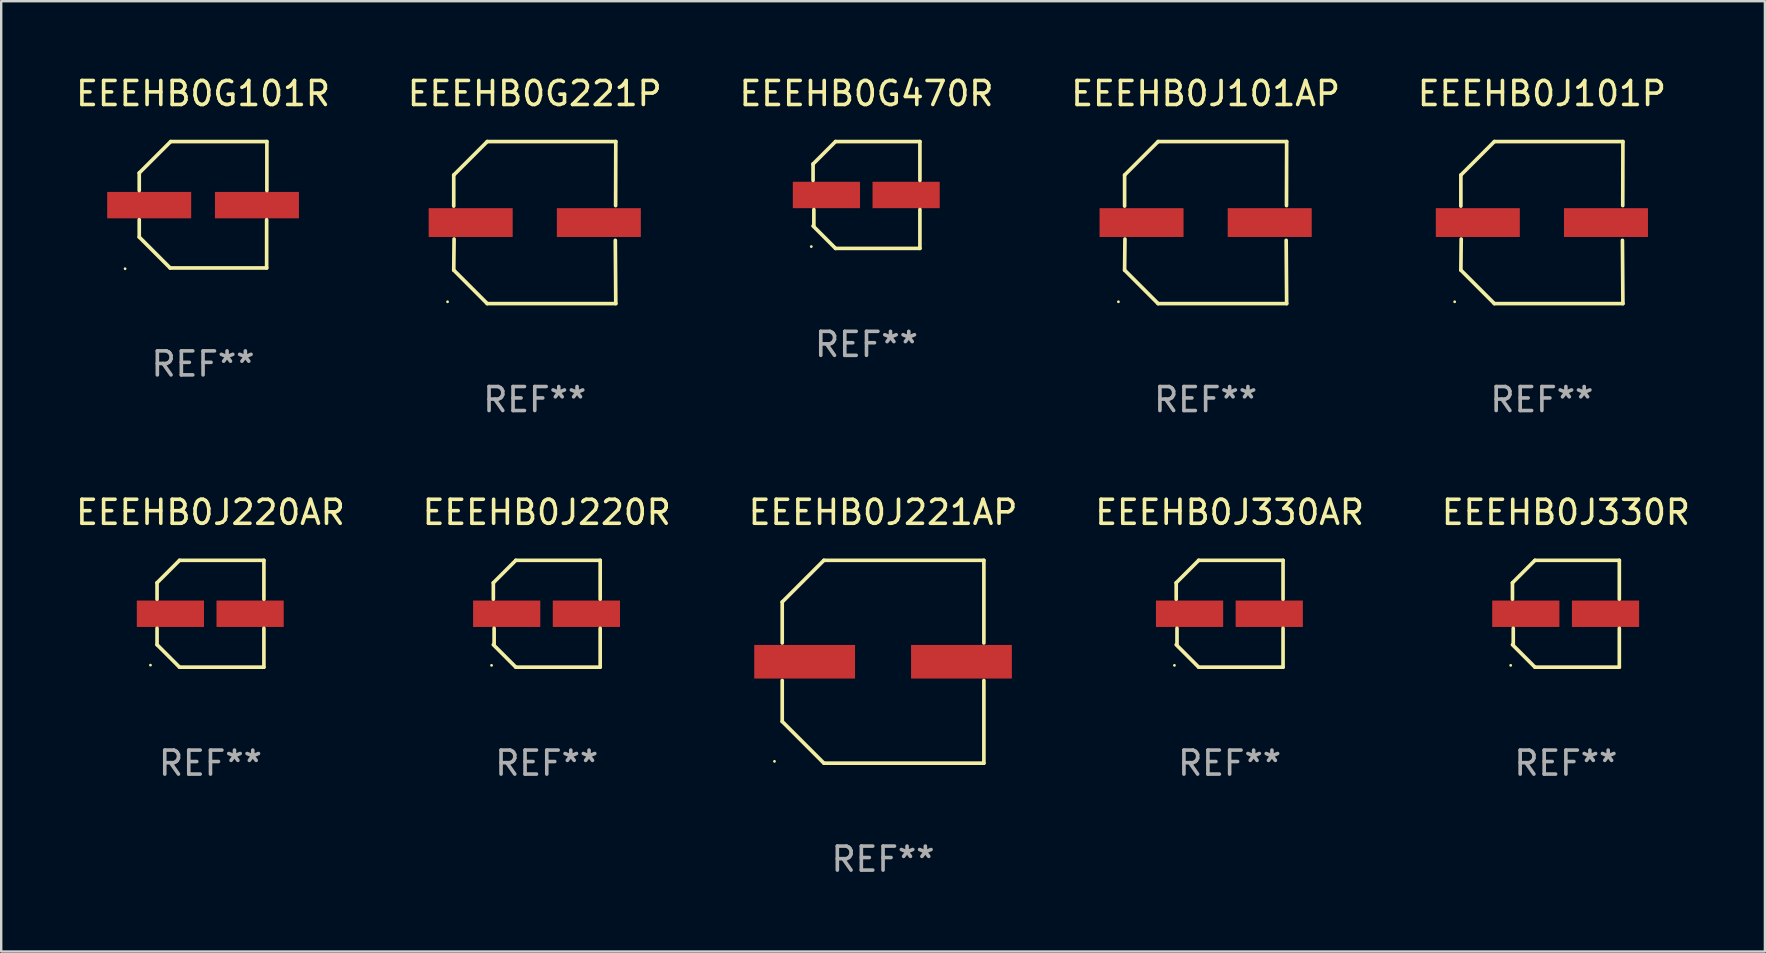
<source format=kicad_pcb>
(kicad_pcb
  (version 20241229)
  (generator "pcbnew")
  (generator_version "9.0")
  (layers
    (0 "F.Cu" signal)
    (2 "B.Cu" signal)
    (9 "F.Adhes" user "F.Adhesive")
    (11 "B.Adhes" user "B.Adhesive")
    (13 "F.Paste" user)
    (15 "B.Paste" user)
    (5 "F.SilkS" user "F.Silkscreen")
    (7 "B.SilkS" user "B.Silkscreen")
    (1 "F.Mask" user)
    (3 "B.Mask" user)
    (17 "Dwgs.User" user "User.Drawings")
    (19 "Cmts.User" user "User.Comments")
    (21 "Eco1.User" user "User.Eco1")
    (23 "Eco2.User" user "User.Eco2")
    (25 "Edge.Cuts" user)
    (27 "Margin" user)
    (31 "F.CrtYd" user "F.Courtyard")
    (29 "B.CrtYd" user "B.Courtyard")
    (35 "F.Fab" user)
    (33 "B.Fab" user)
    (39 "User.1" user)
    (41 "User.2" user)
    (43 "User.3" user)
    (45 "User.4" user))
  (footprint "EEEHB0J330R"
    (layer "F.Cu")
    (at 62.196 22.523)
    (property "Reference" "EEEHB0J330R" (at 0 -4.226 0) (layer "F.SilkS") (effects (font (size 1 1) (thickness 0.15))))
    (attr through_hole)
    (fp_line (start -2.226 -1.29) (end -2.226 -0.607) (stroke (width 0.152) (type solid)) (layer "F.SilkS"))
    (fp_line (start -2.193 1.29) (end -2.193 0.607) (stroke (width 0.152) (type solid)) (layer "F.SilkS"))
    (fp_line (start -1.29 2.226) (end -2.226 1.29) (stroke (width 0.152) (type solid)) (layer "F.SilkS"))
    (fp_line (start -1.29 -2.226) (end -2.226 -1.29) (stroke (width 0.152) (type solid)) (layer "F.SilkS"))
    (fp_line (start 2.226 -2.226) (end -1.29 -2.226) (stroke (width 0.152) (type solid)) (layer "F.SilkS"))
    (fp_line (start 2.226 -0.607) (end 2.226 -2.226) (stroke (width 0.152) (type solid)) (layer "F.SilkS"))
    (fp_line (start 2.226 0.607) (end 2.226 2.226) (stroke (width 0.152) (type solid)) (layer "F.SilkS"))
    (fp_line (start 2.226 2.226) (end -1.29 2.226) (stroke (width 0.152) (type solid)) (layer "F.SilkS"))
    (fp_circle (center -2.3 2.15) (end -2.27 2.15) (stroke (width 0.06) (type solid)) (fill no) (layer "F.SilkS"))
    (fp_text user "REF**" (at 0 6.226 0) (layer "F.Fab") (effects (font (size 1 1) (thickness 0.15))))
    (pad "1" smd rect (at -1.67 -0.000025) (size 2.8 1.1) (layers "F.Cu" "F.Mask" "F.Paste"))
    (pad "2" smd rect (at 1.651 -0.000025) (size 2.8 1.1) (layers "F.Cu" "F.Mask" "F.Paste")))
  (footprint "EEEHB0J101P"
    (layer "F.Cu")
    (at 61.196 6.224)
    (property "Reference" "EEEHB0J101P" (at 0 -5.376 0) (layer "F.SilkS") (effects (font (size 1 1) (thickness 0.15))))
    (attr through_hole)
    (fp_line (start -3.376 -1.98) (end -3.376 -0.686) (stroke (width 0.152) (type solid)) (layer "F.SilkS"))
    (fp_line (start -3.376 1.981) (end -3.362 0.686) (stroke (width 0.152) (type solid)) (layer "F.SilkS"))
    (fp_line (start -1.981 3.376) (end -3.376 1.981) (stroke (width 0.152) (type solid)) (layer "F.SilkS"))
    (fp_line (start -1.98 -3.376) (end -3.376 -1.98) (stroke (width 0.152) (type solid)) (layer "F.SilkS"))
    (fp_line (start 3.356 0.74) (end 3.376 3.376) (stroke (width 0.152) (type solid)) (layer "F.SilkS"))
    (fp_line (start 3.369 -0.707) (end 3.376 -3.376) (stroke (width 0.152) (type solid)) (layer "F.SilkS"))
    (fp_line (start 3.376 3.376) (end -1.981 3.376) (stroke (width 0.152) (type solid)) (layer "F.SilkS"))
    (fp_line (start 3.376 -3.376) (end -1.98 -3.376) (stroke (width 0.152) (type solid)) (layer "F.SilkS"))
    (fp_circle (center -3.634 3.3) (end -3.604 3.3) (stroke (width 0.06) (type solid)) (fill no) (layer "F.SilkS"))
    (fp_text user "REF**" (at 0 7.376 0) (layer "F.Fab") (effects (font (size 1 1) (thickness 0.15))))
    (pad "1" smd rect (at -2.67 0.000254) (size 3.5 1.2) (layers "F.Cu" "F.Mask" "F.Paste"))
    (pad "2" smd rect (at 2.67 0.000254) (size 3.5 1.2) (layers "F.Cu" "F.Mask" "F.Paste")))
  (footprint "EEEHB0J330AR"
    (layer "F.Cu")
    (at 48.185 22.523)
    (property "Reference" "EEEHB0J330AR" (at 0 -4.226 0) (layer "F.SilkS") (effects (font (size 1 1) (thickness 0.15))))
    (attr through_hole)
    (fp_line (start -2.226 -1.29) (end -2.226 -0.607) (stroke (width 0.152) (type solid)) (layer "F.SilkS"))
    (fp_line (start -2.193 1.29) (end -2.193 0.607) (stroke (width 0.152) (type solid)) (layer "F.SilkS"))
    (fp_line (start -1.29 2.226) (end -2.226 1.29) (stroke (width 0.152) (type solid)) (layer "F.SilkS"))
    (fp_line (start -1.29 -2.226) (end -2.226 -1.29) (stroke (width 0.152) (type solid)) (layer "F.SilkS"))
    (fp_line (start 2.226 -2.226) (end -1.29 -2.226) (stroke (width 0.152) (type solid)) (layer "F.SilkS"))
    (fp_line (start 2.226 -0.607) (end 2.226 -2.226) (stroke (width 0.152) (type solid)) (layer "F.SilkS"))
    (fp_line (start 2.226 0.607) (end 2.226 2.226) (stroke (width 0.152) (type solid)) (layer "F.SilkS"))
    (fp_line (start 2.226 2.226) (end -1.29 2.226) (stroke (width 0.152) (type solid)) (layer "F.SilkS"))
    (fp_circle (center -2.3 2.15) (end -2.27 2.15) (stroke (width 0.06) (type solid)) (fill no) (layer "F.SilkS"))
    (fp_text user "REF**" (at 0 6.226 0) (layer "F.Fab") (effects (font (size 1 1) (thickness 0.15))))
    (pad "1" smd rect (at -1.67 -0.000025) (size 2.8 1.1) (layers "F.Cu" "F.Mask" "F.Paste"))
    (pad "2" smd rect (at 1.651 -0.000025) (size 2.8 1.1) (layers "F.Cu" "F.Mask" "F.Paste")))
  (footprint "EEEHB0J221AP"
    (layer "F.Cu")
    (at 33.744 24.523)
    (property "Reference" "EEEHB0J221AP" (at 0 -6.226 0) (layer "F.SilkS") (effects (font (size 1 1) (thickness 0.15))))
    (attr through_hole)
    (fp_line (start -4.201 -2.49) (end -4.201 -0.782) (stroke (width 0.152) (type solid)) (layer "F.SilkS"))
    (fp_line (start -4.201 2.49) (end -4.201 0.782) (stroke (width 0.152) (type solid)) (layer "F.SilkS"))
    (fp_line (start -2.465 -4.226) (end -4.201 -2.49) (stroke (width 0.152) (type solid)) (layer "F.SilkS"))
    (fp_line (start -2.465 4.226) (end -4.201 2.49) (stroke (width 0.152) (type solid)) (layer "F.SilkS"))
    (fp_line (start 4.201 -4.226) (end -2.465 -4.226) (stroke (width 0.152) (type solid)) (layer "F.SilkS"))
    (fp_line (start 4.201 -0.782) (end 4.201 -4.226) (stroke (width 0.152) (type solid)) (layer "F.SilkS"))
    (fp_line (start 4.201 0.782) (end 4.201 4.226) (stroke (width 0.152) (type solid)) (layer "F.SilkS"))
    (fp_line (start 4.201 4.226) (end -2.465 4.226) (stroke (width 0.152) (type solid)) (layer "F.SilkS"))
    (fp_circle (center -4.524 4.15) (end -4.494 4.15) (stroke (width 0.06) (type solid)) (fill no) (layer "F.SilkS"))
    (fp_text user "REF**" (at 0 8.226 0) (layer "F.Fab") (effects (font (size 1 1) (thickness 0.15))))
    (pad "1" smd rect (at -3.267 0) (size 4.2 1.4) (layers "F.Cu" "F.Mask" "F.Paste"))
    (pad "2" smd rect (at 3.267 0) (size 4.2 1.4) (layers "F.Cu" "F.Mask" "F.Paste")))
  (footprint "EEEHB0G470R"
    (layer "F.Cu")
    (at 33.054 5.074)
    (property "Reference" "EEEHB0G470R" (at 0 -4.226 0) (layer "F.SilkS") (effects (font (size 1 1) (thickness 0.15))))
    (attr through_hole)
    (fp_line (start -2.226 -1.29) (end -2.226 -0.607) (stroke (width 0.152) (type solid)) (layer "F.SilkS"))
    (fp_line (start -2.193 1.29) (end -2.193 0.607) (stroke (width 0.152) (type solid)) (layer "F.SilkS"))
    (fp_line (start -1.29 2.226) (end -2.226 1.29) (stroke (width 0.152) (type solid)) (layer "F.SilkS"))
    (fp_line (start -1.29 -2.226) (end -2.226 -1.29) (stroke (width 0.152) (type solid)) (layer "F.SilkS"))
    (fp_line (start 2.226 -2.226) (end -1.29 -2.226) (stroke (width 0.152) (type solid)) (layer "F.SilkS"))
    (fp_line (start 2.226 -0.607) (end 2.226 -2.226) (stroke (width 0.152) (type solid)) (layer "F.SilkS"))
    (fp_line (start 2.226 0.607) (end 2.226 2.226) (stroke (width 0.152) (type solid)) (layer "F.SilkS"))
    (fp_line (start 2.226 2.226) (end -1.29 2.226) (stroke (width 0.152) (type solid)) (layer "F.SilkS"))
    (fp_circle (center -2.3 2.15) (end -2.27 2.15) (stroke (width 0.06) (type solid)) (fill no) (layer "F.SilkS"))
    (fp_text user "REF**" (at 0 6.226 0) (layer "F.Fab") (effects (font (size 1 1) (thickness 0.15))))
    (pad "1" smd rect (at -1.67 -0.000025) (size 2.8 1.1) (layers "F.Cu" "F.Mask" "F.Paste"))
    (pad "2" smd rect (at 1.651 -0.000025) (size 2.8 1.1) (layers "F.Cu" "F.Mask" "F.Paste")))
  (footprint "EEEHB0G101R"
    (layer "F.Cu")
    (at 5.411 5.482)
    (property "Reference" "EEEHB0G101R" (at 0 -4.634 0) (layer "F.SilkS") (effects (font (size 1 1) (thickness 0.15))))
    (attr through_hole)
    (fp_line (start -2.659 -1.326) (end -2.659 -0.592) (stroke (width 0.152) (type solid)) (layer "F.SilkS"))
    (fp_line (start -2.659 1.346) (end -2.659 0.622) (stroke (width 0.152) (type solid)) (layer "F.SilkS"))
    (fp_line (start -1.372 2.634) (end -2.659 1.346) (stroke (width 0.152) (type solid)) (layer "F.SilkS"))
    (fp_line (start -1.349 -2.634) (end -2.659 -1.326) (stroke (width 0.152) (type solid)) (layer "F.SilkS"))
    (fp_line (start 2.649 0.622) (end 2.649 2.634) (stroke (width 0.152) (type solid)) (layer "F.SilkS"))
    (fp_line (start 2.649 2.634) (end -1.372 2.634) (stroke (width 0.152) (type solid)) (layer "F.SilkS"))
    (fp_line (start 2.659 -2.634) (end -1.349 -2.634) (stroke (width 0.152) (type solid)) (layer "F.SilkS"))
    (fp_line (start 2.659 -0.592) (end 2.659 -2.634) (stroke (width 0.152) (type solid)) (layer "F.SilkS"))
    (fp_circle (center -3.249 2.665) (end -3.219 2.665) (stroke (width 0.06) (type solid)) (fill no) (layer "F.SilkS"))
    (fp_text user "REF**" (at 0 6.634 0) (layer "F.Fab") (effects (font (size 1 1) (thickness 0.15))))
    (pad "1" smd rect (at -2.245 0.015) (size 3.5 1.1) (layers "F.Cu" "F.Mask" "F.Paste"))
    (pad "2" smd rect (at 2.245 0.015) (size 3.5 1.1) (layers "F.Cu" "F.Mask" "F.Paste")))
  (footprint "EEEHB0G221P"
    (layer "F.Cu")
    (at 19.232 6.224)
    (property "Reference" "EEEHB0G221P" (at 0 -5.376 0) (layer "F.SilkS") (effects (font (size 1 1) (thickness 0.15))))
    (attr through_hole)
    (fp_line (start -3.376 -1.98) (end -3.376 -0.686) (stroke (width 0.152) (type solid)) (layer "F.SilkS"))
    (fp_line (start -3.376 1.981) (end -3.362 0.686) (stroke (width 0.152) (type solid)) (layer "F.SilkS"))
    (fp_line (start -1.981 3.376) (end -3.376 1.981) (stroke (width 0.152) (type solid)) (layer "F.SilkS"))
    (fp_line (start -1.98 -3.376) (end -3.376 -1.98) (stroke (width 0.152) (type solid)) (layer "F.SilkS"))
    (fp_line (start 3.356 0.74) (end 3.376 3.376) (stroke (width 0.152) (type solid)) (layer "F.SilkS"))
    (fp_line (start 3.369 -0.707) (end 3.376 -3.376) (stroke (width 0.152) (type solid)) (layer "F.SilkS"))
    (fp_line (start 3.376 3.376) (end -1.981 3.376) (stroke (width 0.152) (type solid)) (layer "F.SilkS"))
    (fp_line (start 3.376 -3.376) (end -1.98 -3.376) (stroke (width 0.152) (type solid)) (layer "F.SilkS"))
    (fp_circle (center -3.634 3.3) (end -3.604 3.3) (stroke (width 0.06) (type solid)) (fill no) (layer "F.SilkS"))
    (fp_text user "REF**" (at 0 7.376 0) (layer "F.Fab") (effects (font (size 1 1) (thickness 0.15))))
    (pad "1" smd rect (at -2.67 0.000254) (size 3.5 1.2) (layers "F.Cu" "F.Mask" "F.Paste"))
    (pad "2" smd rect (at 2.67 0.000254) (size 3.5 1.2) (layers "F.Cu" "F.Mask" "F.Paste")))
  (footprint "EEEHB0J220R"
    (layer "F.Cu")
    (at 19.732 22.523)
    (property "Reference" "EEEHB0J220R" (at 0 -4.226 0) (layer "F.SilkS") (effects (font (size 1 1) (thickness 0.15))))
    (attr through_hole)
    (fp_line (start -2.226 -1.29) (end -2.226 -0.607) (stroke (width 0.152) (type solid)) (layer "F.SilkS"))
    (fp_line (start -2.193 1.29) (end -2.193 0.607) (stroke (width 0.152) (type solid)) (layer "F.SilkS"))
    (fp_line (start -1.29 2.226) (end -2.226 1.29) (stroke (width 0.152) (type solid)) (layer "F.SilkS"))
    (fp_line (start -1.29 -2.226) (end -2.226 -1.29) (stroke (width 0.152) (type solid)) (layer "F.SilkS"))
    (fp_line (start 2.226 -2.226) (end -1.29 -2.226) (stroke (width 0.152) (type solid)) (layer "F.SilkS"))
    (fp_line (start 2.226 -0.607) (end 2.226 -2.226) (stroke (width 0.152) (type solid)) (layer "F.SilkS"))
    (fp_line (start 2.226 0.607) (end 2.226 2.226) (stroke (width 0.152) (type solid)) (layer "F.SilkS"))
    (fp_line (start 2.226 2.226) (end -1.29 2.226) (stroke (width 0.152) (type solid)) (layer "F.SilkS"))
    (fp_circle (center -2.3 2.15) (end -2.27 2.15) (stroke (width 0.06) (type solid)) (fill no) (layer "F.SilkS"))
    (fp_text user "REF**" (at 0 6.226 0) (layer "F.Fab") (effects (font (size 1 1) (thickness 0.15))))
    (pad "1" smd rect (at -1.67 -0.000025) (size 2.8 1.1) (layers "F.Cu" "F.Mask" "F.Paste"))
    (pad "2" smd rect (at 1.651 -0.000025) (size 2.8 1.1) (layers "F.Cu" "F.Mask" "F.Paste")))
  (footprint "EEEHB0J101AP"
    (layer "F.Cu")
    (at 47.185 6.224)
    (property "Reference" "EEEHB0J101AP" (at 0 -5.376 0) (layer "F.SilkS") (effects (font (size 1 1) (thickness 0.15))))
    (attr through_hole)
    (fp_line (start -3.376 -1.98) (end -3.376 -0.686) (stroke (width 0.152) (type solid)) (layer "F.SilkS"))
    (fp_line (start -3.376 1.981) (end -3.362 0.686) (stroke (width 0.152) (type solid)) (layer "F.SilkS"))
    (fp_line (start -1.981 3.376) (end -3.376 1.981) (stroke (width 0.152) (type solid)) (layer "F.SilkS"))
    (fp_line (start -1.98 -3.376) (end -3.376 -1.98) (stroke (width 0.152) (type solid)) (layer "F.SilkS"))
    (fp_line (start 3.356 0.74) (end 3.376 3.376) (stroke (width 0.152) (type solid)) (layer "F.SilkS"))
    (fp_line (start 3.369 -0.707) (end 3.376 -3.376) (stroke (width 0.152) (type solid)) (layer "F.SilkS"))
    (fp_line (start 3.376 3.376) (end -1.981 3.376) (stroke (width 0.152) (type solid)) (layer "F.SilkS"))
    (fp_line (start 3.376 -3.376) (end -1.98 -3.376) (stroke (width 0.152) (type solid)) (layer "F.SilkS"))
    (fp_circle (center -3.634 3.3) (end -3.604 3.3) (stroke (width 0.06) (type solid)) (fill no) (layer "F.SilkS"))
    (fp_text user "REF**" (at 0 7.376 0) (layer "F.Fab") (effects (font (size 1 1) (thickness 0.15))))
    (pad "1" smd rect (at -2.67 0.000254) (size 3.5 1.2) (layers "F.Cu" "F.Mask" "F.Paste"))
    (pad "2" smd rect (at 2.67 0.000254) (size 3.5 1.2) (layers "F.Cu" "F.Mask" "F.Paste")))
  (footprint "EEEHB0J220AR"
    (layer "F.Cu")
    (at 5.72 22.523)
    (property "Reference" "EEEHB0J220AR" (at 0 -4.226 0) (layer "F.SilkS") (effects (font (size 1 1) (thickness 0.15))))
    (attr through_hole)
    (fp_line (start -2.226 -1.29) (end -2.226 -0.607) (stroke (width 0.152) (type solid)) (layer "F.SilkS"))
    (fp_line (start -2.226 1.29) (end -2.226 0.607) (stroke (width 0.152) (type solid)) (layer "F.SilkS"))
    (fp_line (start -1.29 -2.226) (end -2.226 -1.29) (stroke (width 0.152) (type solid)) (layer "F.SilkS"))
    (fp_line (start -1.29 2.226) (end -2.226 1.29) (stroke (width 0.152) (type solid)) (layer "F.SilkS"))
    (fp_line (start 2.226 -2.226) (end -1.29 -2.226) (stroke (width 0.152) (type solid)) (layer "F.SilkS"))
    (fp_line (start 2.226 -0.607) (end 2.226 -2.226) (stroke (width 0.152) (type solid)) (layer "F.SilkS"))
    (fp_line (start 2.226 0.607) (end 2.226 2.226) (stroke (width 0.152) (type solid)) (layer "F.SilkS"))
    (fp_line (start 2.226 2.226) (end -1.29 2.226) (stroke (width 0.152) (type solid)) (layer "F.SilkS"))
    (fp_circle (center -2.501 2.141) (end -2.471 2.141) (stroke (width 0.06) (type solid)) (fill no) (layer "F.SilkS"))
    (fp_text user "REF**" (at 0 6.226 0) (layer "F.Fab") (effects (font (size 1 1) (thickness 0.15))))
    (pad "1" smd rect (at -1.67 -0.000025) (size 2.8 1.1) (layers "F.Cu" "F.Mask" "F.Paste"))
    (pad "2" smd rect (at 1.651 -0.000025) (size 2.8 1.1) (layers "F.Cu" "F.Mask" "F.Paste")))
  (gr_rect
    (start -3 -3)
    (end 70.488 36.597)
    (stroke (width 0.1) (type default))
    (fill no)
    (layer "Edge.Cuts")))
</source>
